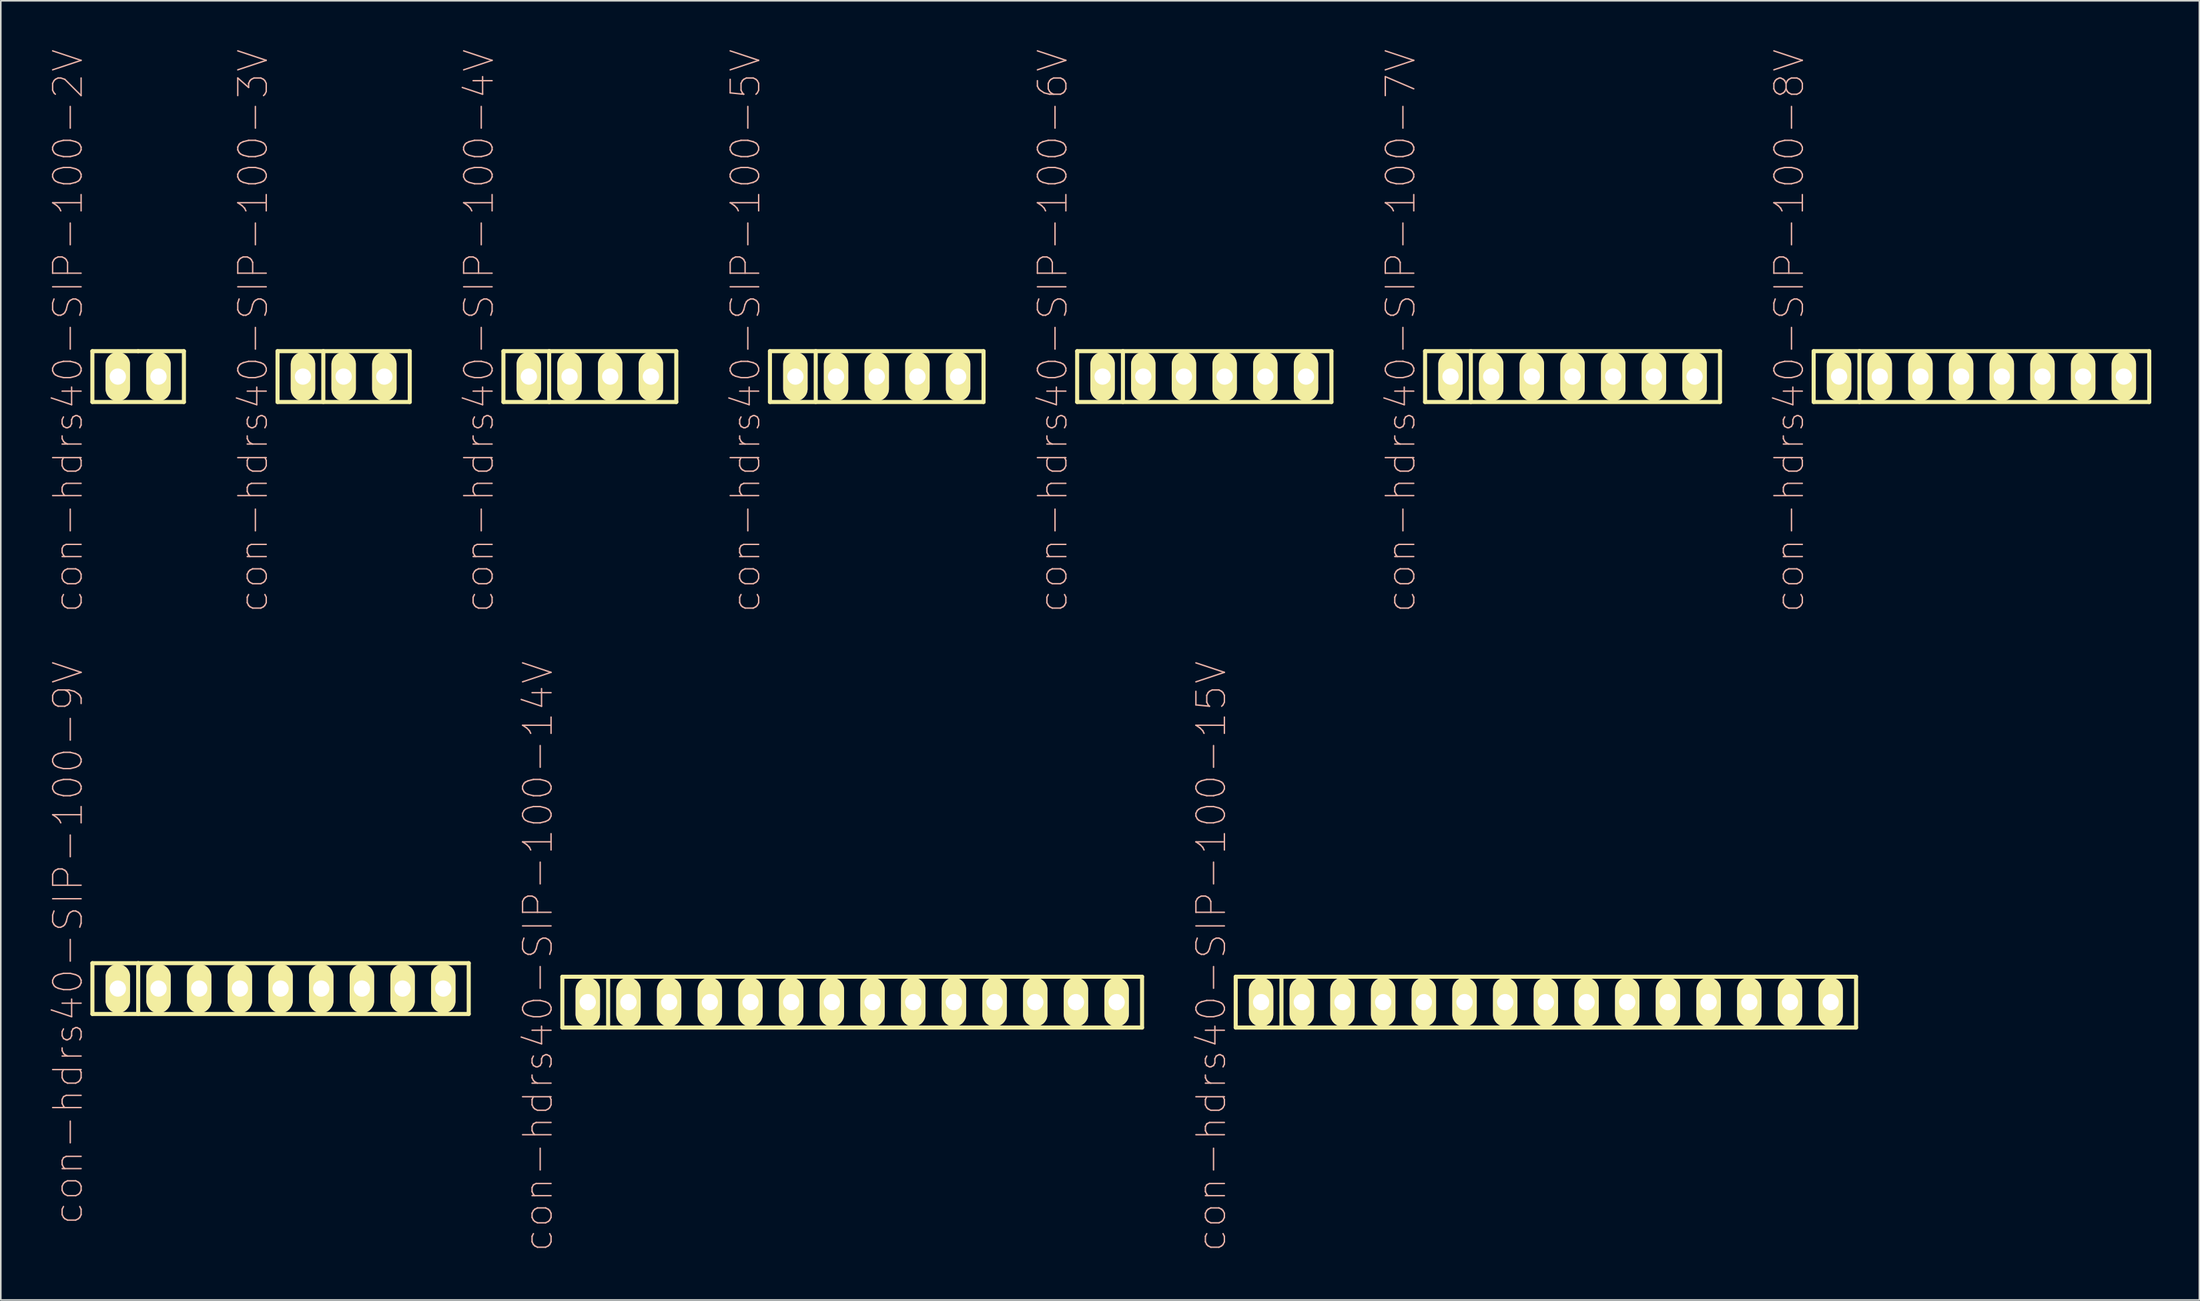
<source format=kicad_pcb>
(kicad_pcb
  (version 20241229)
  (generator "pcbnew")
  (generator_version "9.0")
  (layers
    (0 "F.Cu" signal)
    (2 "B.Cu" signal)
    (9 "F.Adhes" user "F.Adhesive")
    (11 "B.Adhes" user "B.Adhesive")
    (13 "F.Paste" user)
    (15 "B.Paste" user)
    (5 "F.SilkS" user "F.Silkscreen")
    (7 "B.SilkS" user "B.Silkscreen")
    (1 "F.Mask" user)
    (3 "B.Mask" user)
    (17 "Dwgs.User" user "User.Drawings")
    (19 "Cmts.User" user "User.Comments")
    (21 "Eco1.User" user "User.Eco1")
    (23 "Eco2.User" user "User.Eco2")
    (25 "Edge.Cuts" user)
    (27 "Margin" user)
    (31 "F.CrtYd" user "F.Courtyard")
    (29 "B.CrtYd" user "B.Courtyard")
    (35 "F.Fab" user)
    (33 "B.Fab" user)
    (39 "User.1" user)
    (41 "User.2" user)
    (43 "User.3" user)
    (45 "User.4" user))
  (footprint "con-hdrs40-SIP-100-8V"
    (layer "F.Cu")
    (at 120.668 20.466)
    (property "Reference" "con-hdrs40-SIP-100-8V" (at -12.002 -2.857 90) (layer "B.SilkS") (effects (font (size 1.778 1.778) (thickness 0.089))))
    (attr exclude_from_pos_files exclude_from_bom)
    (fp_line (start -10.477 -1.587) (end -10.477 1.587) (stroke (width 0.254) (type solid)) (layer "F.SilkS"))
    (fp_line (start -10.477 1.587) (end 10.477 1.587) (stroke (width 0.254) (type solid)) (layer "F.SilkS"))
    (fp_line (start -7.62 -1.587) (end -10.477 -1.587) (stroke (width 0.254) (type solid)) (layer "F.SilkS"))
    (fp_line (start -7.62 -1.587) (end -7.62 1.587) (stroke (width 0.254) (type solid)) (layer "F.SilkS"))
    (fp_line (start 10.477 -1.587) (end -7.62 -1.587) (stroke (width 0.254) (type solid)) (layer "F.SilkS"))
    (fp_line (start 10.477 1.587) (end 10.477 -1.587) (stroke (width 0.254) (type solid)) (layer "F.SilkS"))
    (pad "1" thru_hole oval (at -8.89 0) (size 1.524 3.048) (drill 1.016) (layers "*.Cu" "F.Mask" "F.SilkS" "F.Paste"))
    (pad "2" thru_hole oval (at -6.35 0) (size 1.524 3.048) (drill 1.016) (layers "*.Cu" "F.Mask" "F.SilkS" "F.Paste"))
    (pad "3" thru_hole oval (at -3.81 0) (size 1.524 3.048) (drill 1.016) (layers "*.Cu" "F.Mask" "F.SilkS" "F.Paste"))
    (pad "4" thru_hole oval (at -1.27 0) (size 1.524 3.048) (drill 1.016) (layers "*.Cu" "F.Mask" "F.SilkS" "F.Paste"))
    (pad "5" thru_hole oval (at 1.27 0) (size 1.524 3.048) (drill 1.016) (layers "*.Cu" "F.Mask" "F.SilkS" "F.Paste"))
    (pad "6" thru_hole oval (at 3.81 0) (size 1.524 3.048) (drill 1.016) (layers "*.Cu" "F.Mask" "F.SilkS" "F.Paste"))
    (pad "7" thru_hole oval (at 6.35 0) (size 1.524 3.048) (drill 1.016) (layers "*.Cu" "F.Mask" "F.SilkS" "F.Paste"))
    (pad "8" thru_hole oval (at 8.89 0) (size 1.524 3.048) (drill 1.016) (layers "*.Cu" "F.Mask" "F.SilkS" "F.Paste")))
  (footprint "con-hdrs40-SIP-100-5V"
    (layer "F.Cu")
    (at 51.692 20.466)
    (property "Reference" "con-hdrs40-SIP-100-5V" (at -8.191 -2.857 90) (layer "B.SilkS") (effects (font (size 1.778 1.778) (thickness 0.089))))
    (attr exclude_from_pos_files exclude_from_bom)
    (fp_line (start -6.668 -1.587) (end -6.668 1.587) (stroke (width 0.254) (type solid)) (layer "F.SilkS"))
    (fp_line (start -6.668 1.587) (end 6.668 1.587) (stroke (width 0.254) (type solid)) (layer "F.SilkS"))
    (fp_line (start -3.81 -1.587) (end -6.668 -1.587) (stroke (width 0.254) (type solid)) (layer "F.SilkS"))
    (fp_line (start -3.81 -1.587) (end -3.81 1.587) (stroke (width 0.254) (type solid)) (layer "F.SilkS"))
    (fp_line (start 6.668 -1.587) (end -3.81 -1.587) (stroke (width 0.254) (type solid)) (layer "F.SilkS"))
    (fp_line (start 6.668 1.587) (end 6.668 -1.587) (stroke (width 0.254) (type solid)) (layer "F.SilkS"))
    (pad "1" thru_hole oval (at -5.08 0) (size 1.524 3.048) (drill 1.016) (layers "*.Cu" "F.Mask" "F.SilkS" "F.Paste"))
    (pad "2" thru_hole oval (at -2.54 0) (size 1.524 3.048) (drill 1.016) (layers "*.Cu" "F.Mask" "F.SilkS" "F.Paste"))
    (pad "3" thru_hole oval (at 0 0) (size 1.524 3.048) (drill 1.016) (layers "*.Cu" "F.Mask" "F.SilkS" "F.Paste"))
    (pad "4" thru_hole oval (at 2.54 0) (size 1.524 3.048) (drill 1.016) (layers "*.Cu" "F.Mask" "F.SilkS" "F.Paste"))
    (pad "5" thru_hole oval (at 5.08 0) (size 1.524 3.048) (drill 1.016) (layers "*.Cu" "F.Mask" "F.SilkS" "F.Paste")))
  (footprint "con-hdrs40-SIP-100-3V"
    (layer "F.Cu")
    (at 18.407 20.466)
    (property "Reference" "con-hdrs40-SIP-100-3V" (at -5.652 -2.857 90) (layer "B.SilkS") (effects (font (size 1.778 1.778) (thickness 0.089))))
    (attr exclude_from_pos_files exclude_from_bom)
    (fp_line (start -4.128 -1.587) (end -4.128 1.587) (stroke (width 0.254) (type solid)) (layer "F.SilkS"))
    (fp_line (start -4.128 1.587) (end 4.128 1.587) (stroke (width 0.254) (type solid)) (layer "F.SilkS"))
    (fp_line (start -1.27 -1.587) (end -4.128 -1.587) (stroke (width 0.254) (type solid)) (layer "F.SilkS"))
    (fp_line (start -1.27 -1.587) (end -1.27 1.587) (stroke (width 0.254) (type solid)) (layer "F.SilkS"))
    (fp_line (start 4.128 -1.587) (end -1.27 -1.587) (stroke (width 0.254) (type solid)) (layer "F.SilkS"))
    (fp_line (start 4.128 1.587) (end 4.128 -1.587) (stroke (width 0.254) (type solid)) (layer "F.SilkS"))
    (pad "1" thru_hole oval (at -2.54 0) (size 1.524 3.048) (drill 1.016) (layers "*.Cu" "F.Mask" "F.SilkS" "F.Paste"))
    (pad "2" thru_hole oval (at 0 0) (size 1.524 3.048) (drill 1.016) (layers "*.Cu" "F.Mask" "F.SilkS" "F.Paste"))
    (pad "3" thru_hole oval (at 2.54 0) (size 1.524 3.048) (drill 1.016) (layers "*.Cu" "F.Mask" "F.SilkS" "F.Paste")))
  (footprint "con-hdrs40-SIP-100-2V"
    (layer "F.Cu")
    (at 5.575 20.466)
    (property "Reference" "con-hdrs40-SIP-100-2V" (at -4.379 -2.857 90) (layer "B.SilkS") (effects (font (size 1.778 1.778) (thickness 0.089))))
    (attr exclude_from_pos_files exclude_from_bom)
    (fp_line (start -2.857 -1.587) (end -2.857 1.587) (stroke (width 0.254) (type solid)) (layer "F.SilkS"))
    (fp_line (start -2.857 1.587) (end 2.857 1.587) (stroke (width 0.254) (type solid)) (layer "F.SilkS"))
    (fp_line (start 0 -1.587) (end -2.857 -1.587) (stroke (width 0.254) (type solid)) (layer "F.SilkS"))
    (fp_line (start 2.857 -1.587) (end 0 -1.587) (stroke (width 0.254) (type solid)) (layer "F.SilkS"))
    (fp_line (start 2.857 1.587) (end 2.857 -1.587) (stroke (width 0.254) (type solid)) (layer "F.SilkS"))
    (pad "1" thru_hole oval (at -1.27 0) (size 1.524 3.048) (drill 1.016) (layers "*.Cu" "F.Mask" "F.SilkS" "F.Paste"))
    (pad "2" thru_hole oval (at 1.27 0) (size 1.524 3.048) (drill 1.016) (layers "*.Cu" "F.Mask" "F.SilkS" "F.Paste")))
  (footprint "con-hdrs40-SIP-100-4V"
    (layer "F.Cu")
    (at 33.779 20.466)
    (property "Reference" "con-hdrs40-SIP-100-4V" (at -6.921 -2.857 90) (layer "B.SilkS") (effects (font (size 1.778 1.778) (thickness 0.089))))
    (attr exclude_from_pos_files exclude_from_bom)
    (fp_line (start -5.397 -1.587) (end -5.397 1.587) (stroke (width 0.254) (type solid)) (layer "F.SilkS"))
    (fp_line (start -5.397 1.587) (end 5.397 1.587) (stroke (width 0.254) (type solid)) (layer "F.SilkS"))
    (fp_line (start -2.54 -1.587) (end -5.397 -1.587) (stroke (width 0.254) (type solid)) (layer "F.SilkS"))
    (fp_line (start -2.54 -1.587) (end -2.54 1.587) (stroke (width 0.254) (type solid)) (layer "F.SilkS"))
    (fp_line (start 5.397 -1.587) (end -2.54 -1.587) (stroke (width 0.254) (type solid)) (layer "F.SilkS"))
    (fp_line (start 5.397 1.587) (end 5.397 -1.587) (stroke (width 0.254) (type solid)) (layer "F.SilkS"))
    (pad "1" thru_hole oval (at -3.81 0) (size 1.524 3.048) (drill 1.016) (layers "*.Cu" "F.Mask" "F.SilkS" "F.Paste"))
    (pad "2" thru_hole oval (at -1.27 0) (size 1.524 3.048) (drill 1.016) (layers "*.Cu" "F.Mask" "F.SilkS" "F.Paste"))
    (pad "3" thru_hole oval (at 1.27 0) (size 1.524 3.048) (drill 1.016) (layers "*.Cu" "F.Mask" "F.SilkS" "F.Paste"))
    (pad "4" thru_hole oval (at 3.81 0) (size 1.524 3.048) (drill 1.016) (layers "*.Cu" "F.Mask" "F.SilkS" "F.Paste")))
  (footprint "con-hdrs40-SIP-100-9V"
    (layer "F.Cu")
    (at 14.468 58.683)
    (property "Reference" "con-hdrs40-SIP-100-9V" (at -13.271 -2.857 90) (layer "B.SilkS") (effects (font (size 1.778 1.778) (thickness 0.089))))
    (attr exclude_from_pos_files exclude_from_bom)
    (fp_line (start -11.748 -1.587) (end -11.748 1.587) (stroke (width 0.254) (type solid)) (layer "F.SilkS"))
    (fp_line (start -11.748 1.587) (end 11.748 1.587) (stroke (width 0.254) (type solid)) (layer "F.SilkS"))
    (fp_line (start -8.89 -1.587) (end -11.748 -1.587) (stroke (width 0.254) (type solid)) (layer "F.SilkS"))
    (fp_line (start -8.89 -1.587) (end -8.89 1.587) (stroke (width 0.254) (type solid)) (layer "F.SilkS"))
    (fp_line (start 11.748 -1.587) (end -8.89 -1.587) (stroke (width 0.254) (type solid)) (layer "F.SilkS"))
    (fp_line (start 11.748 1.587) (end 11.748 -1.587) (stroke (width 0.254) (type solid)) (layer "F.SilkS"))
    (pad "1" thru_hole oval (at -10.16 0) (size 1.524 3.048) (drill 1.016) (layers "*.Cu" "F.Mask" "F.SilkS" "F.Paste"))
    (pad "2" thru_hole oval (at -7.62 0) (size 1.524 3.048) (drill 1.016) (layers "*.Cu" "F.Mask" "F.SilkS" "F.Paste"))
    (pad "3" thru_hole oval (at -5.08 0) (size 1.524 3.048) (drill 1.016) (layers "*.Cu" "F.Mask" "F.SilkS" "F.Paste"))
    (pad "4" thru_hole oval (at -2.54 0) (size 1.524 3.048) (drill 1.016) (layers "*.Cu" "F.Mask" "F.SilkS" "F.Paste"))
    (pad "5" thru_hole oval (at 0 0) (size 1.524 3.048) (drill 1.016) (layers "*.Cu" "F.Mask" "F.SilkS" "F.Paste"))
    (pad "6" thru_hole oval (at 2.54 0) (size 1.524 3.048) (drill 1.016) (layers "*.Cu" "F.Mask" "F.SilkS" "F.Paste"))
    (pad "7" thru_hole oval (at 5.08 0) (size 1.524 3.048) (drill 1.016) (layers "*.Cu" "F.Mask" "F.SilkS" "F.Paste"))
    (pad "8" thru_hole oval (at 7.62 0) (size 1.524 3.048) (drill 1.016) (layers "*.Cu" "F.Mask" "F.SilkS" "F.Paste"))
    (pad "9" thru_hole oval (at 10.16 0) (size 1.524 3.048) (drill 1.016) (layers "*.Cu" "F.Mask" "F.SilkS" "F.Paste")))
  (footprint "con-hdrs40-SIP-100-15V"
    (layer "F.Cu")
    (at 93.472 59.53)
    (property "Reference" "con-hdrs40-SIP-100-15V" (at -20.892 -2.857 90) (layer "B.SilkS") (effects (font (size 1.778 1.778) (thickness 0.089))))
    (attr exclude_from_pos_files exclude_from_bom)
    (fp_line (start -19.367 -1.587) (end -19.367 1.587) (stroke (width 0.254) (type solid)) (layer "F.SilkS"))
    (fp_line (start -19.367 1.587) (end 19.367 1.587) (stroke (width 0.254) (type solid)) (layer "F.SilkS"))
    (fp_line (start -16.51 -1.587) (end -19.367 -1.587) (stroke (width 0.254) (type solid)) (layer "F.SilkS"))
    (fp_line (start -16.51 -1.587) (end -16.51 1.587) (stroke (width 0.254) (type solid)) (layer "F.SilkS"))
    (fp_line (start 19.367 -1.587) (end -16.51 -1.587) (stroke (width 0.254) (type solid)) (layer "F.SilkS"))
    (fp_line (start 19.367 1.587) (end 19.367 -1.587) (stroke (width 0.254) (type solid)) (layer "F.SilkS"))
    (pad "1" thru_hole oval (at -17.78 0) (size 1.524 3.048) (drill 1.016) (layers "*.Cu" "F.Mask" "F.SilkS" "F.Paste"))
    (pad "2" thru_hole oval (at -15.24 0) (size 1.524 3.048) (drill 1.016) (layers "*.Cu" "F.Mask" "F.SilkS" "F.Paste"))
    (pad "3" thru_hole oval (at -12.7 0) (size 1.524 3.048) (drill 1.016) (layers "*.Cu" "F.Mask" "F.SilkS" "F.Paste"))
    (pad "4" thru_hole oval (at -10.16 0) (size 1.524 3.048) (drill 1.016) (layers "*.Cu" "F.Mask" "F.SilkS" "F.Paste"))
    (pad "5" thru_hole oval (at -7.62 0) (size 1.524 3.048) (drill 1.016) (layers "*.Cu" "F.Mask" "F.SilkS" "F.Paste"))
    (pad "6" thru_hole oval (at -5.08 0) (size 1.524 3.048) (drill 1.016) (layers "*.Cu" "F.Mask" "F.SilkS" "F.Paste"))
    (pad "7" thru_hole oval (at -2.54 0) (size 1.524 3.048) (drill 1.016) (layers "*.Cu" "F.Mask" "F.SilkS" "F.Paste"))
    (pad "8" thru_hole oval (at 0 0) (size 1.524 3.048) (drill 1.016) (layers "*.Cu" "F.Mask" "F.SilkS" "F.Paste"))
    (pad "9" thru_hole oval (at 2.54 0) (size 1.524 3.048) (drill 1.016) (layers "*.Cu" "F.Mask" "F.SilkS" "F.Paste"))
    (pad "10" thru_hole oval (at 5.08 0) (size 1.524 3.048) (drill 1.016) (layers "*.Cu" "F.Mask" "F.SilkS" "F.Paste"))
    (pad "11" thru_hole oval (at 7.62 0) (size 1.524 3.048) (drill 1.016) (layers "*.Cu" "F.Mask" "F.SilkS" "F.Paste"))
    (pad "12" thru_hole oval (at 10.16 0) (size 1.524 3.048) (drill 1.016) (layers "*.Cu" "F.Mask" "F.SilkS" "F.Paste"))
    (pad "13" thru_hole oval (at 12.7 0) (size 1.524 3.048) (drill 1.016) (layers "*.Cu" "F.Mask" "F.SilkS" "F.Paste"))
    (pad "14" thru_hole oval (at 15.24 0) (size 1.524 3.048) (drill 1.016) (layers "*.Cu" "F.Mask" "F.SilkS" "F.Paste"))
    (pad "15" thru_hole oval (at 17.78 0) (size 1.524 3.048) (drill 1.016) (layers "*.Cu" "F.Mask" "F.SilkS" "F.Paste")))
  (footprint "con-hdrs40-SIP-100-7V"
    (layer "F.Cu")
    (at 95.136 20.466)
    (property "Reference" "con-hdrs40-SIP-100-7V" (at -10.732 -2.857 90) (layer "B.SilkS") (effects (font (size 1.778 1.778) (thickness 0.089))))
    (attr exclude_from_pos_files exclude_from_bom)
    (fp_line (start -9.207 -1.587) (end -9.207 1.587) (stroke (width 0.254) (type solid)) (layer "F.SilkS"))
    (fp_line (start -9.207 1.587) (end 9.207 1.587) (stroke (width 0.254) (type solid)) (layer "F.SilkS"))
    (fp_line (start -6.35 -1.587) (end -9.207 -1.587) (stroke (width 0.254) (type solid)) (layer "F.SilkS"))
    (fp_line (start -6.35 -1.587) (end -6.35 1.587) (stroke (width 0.254) (type solid)) (layer "F.SilkS"))
    (fp_line (start 9.207 -1.587) (end -6.35 -1.587) (stroke (width 0.254) (type solid)) (layer "F.SilkS"))
    (fp_line (start 9.207 1.587) (end 9.207 -1.587) (stroke (width 0.254) (type solid)) (layer "F.SilkS"))
    (pad "1" thru_hole oval (at -7.62 0) (size 1.524 3.048) (drill 1.016) (layers "*.Cu" "F.Mask" "F.SilkS" "F.Paste"))
    (pad "2" thru_hole oval (at -5.08 0) (size 1.524 3.048) (drill 1.016) (layers "*.Cu" "F.Mask" "F.SilkS" "F.Paste"))
    (pad "3" thru_hole oval (at -2.54 0) (size 1.524 3.048) (drill 1.016) (layers "*.Cu" "F.Mask" "F.SilkS" "F.Paste"))
    (pad "4" thru_hole oval (at 0 0) (size 1.524 3.048) (drill 1.016) (layers "*.Cu" "F.Mask" "F.SilkS" "F.Paste"))
    (pad "5" thru_hole oval (at 2.54 0) (size 1.524 3.048) (drill 1.016) (layers "*.Cu" "F.Mask" "F.SilkS" "F.Paste"))
    (pad "6" thru_hole oval (at 5.08 0) (size 1.524 3.048) (drill 1.016) (layers "*.Cu" "F.Mask" "F.SilkS" "F.Paste"))
    (pad "7" thru_hole oval (at 7.62 0) (size 1.524 3.048) (drill 1.016) (layers "*.Cu" "F.Mask" "F.SilkS" "F.Paste")))
  (footprint "con-hdrs40-SIP-100-6V"
    (layer "F.Cu")
    (at 72.144 20.466)
    (property "Reference" "con-hdrs40-SIP-100-6V" (at -9.461 -2.857 90) (layer "B.SilkS") (effects (font (size 1.778 1.778) (thickness 0.089))))
    (attr exclude_from_pos_files exclude_from_bom)
    (fp_line (start -7.938 -1.587) (end -7.938 1.587) (stroke (width 0.254) (type solid)) (layer "F.SilkS"))
    (fp_line (start -7.938 1.587) (end 7.938 1.587) (stroke (width 0.254) (type solid)) (layer "F.SilkS"))
    (fp_line (start -5.08 -1.587) (end -7.938 -1.587) (stroke (width 0.254) (type solid)) (layer "F.SilkS"))
    (fp_line (start -5.08 -1.587) (end -5.08 1.587) (stroke (width 0.254) (type solid)) (layer "F.SilkS"))
    (fp_line (start 7.938 -1.587) (end -5.08 -1.587) (stroke (width 0.254) (type solid)) (layer "F.SilkS"))
    (fp_line (start 7.938 1.587) (end 7.938 -1.587) (stroke (width 0.254) (type solid)) (layer "F.SilkS"))
    (pad "1" thru_hole oval (at -6.35 0) (size 1.524 3.048) (drill 1.016) (layers "*.Cu" "F.Mask" "F.SilkS" "F.Paste"))
    (pad "2" thru_hole oval (at -3.81 0) (size 1.524 3.048) (drill 1.016) (layers "*.Cu" "F.Mask" "F.SilkS" "F.Paste"))
    (pad "3" thru_hole oval (at -1.27 0) (size 1.524 3.048) (drill 1.016) (layers "*.Cu" "F.Mask" "F.SilkS" "F.Paste"))
    (pad "4" thru_hole oval (at 1.27 0) (size 1.524 3.048) (drill 1.016) (layers "*.Cu" "F.Mask" "F.SilkS" "F.Paste"))
    (pad "5" thru_hole oval (at 3.81 0) (size 1.524 3.048) (drill 1.016) (layers "*.Cu" "F.Mask" "F.SilkS" "F.Paste"))
    (pad "6" thru_hole oval (at 6.35 0) (size 1.524 3.048) (drill 1.016) (layers "*.Cu" "F.Mask" "F.SilkS" "F.Paste")))
  (footprint "con-hdrs40-SIP-100-14V"
    (layer "F.Cu")
    (at 50.16 59.53)
    (property "Reference" "con-hdrs40-SIP-100-14V" (at -19.622 -2.857 90) (layer "B.SilkS") (effects (font (size 1.778 1.778) (thickness 0.089))))
    (attr exclude_from_pos_files exclude_from_bom)
    (fp_line (start -18.098 -1.587) (end -18.098 1.587) (stroke (width 0.254) (type solid)) (layer "F.SilkS"))
    (fp_line (start -18.098 1.587) (end 18.098 1.587) (stroke (width 0.254) (type solid)) (layer "F.SilkS"))
    (fp_line (start -15.24 -1.587) (end -18.098 -1.587) (stroke (width 0.254) (type solid)) (layer "F.SilkS"))
    (fp_line (start -15.24 -1.587) (end -15.24 1.587) (stroke (width 0.254) (type solid)) (layer "F.SilkS"))
    (fp_line (start 18.098 -1.587) (end -15.24 -1.587) (stroke (width 0.254) (type solid)) (layer "F.SilkS"))
    (fp_line (start 18.098 1.587) (end 18.098 -1.587) (stroke (width 0.254) (type solid)) (layer "F.SilkS"))
    (pad "1" thru_hole oval (at -16.51 0) (size 1.524 3.048) (drill 1.016) (layers "*.Cu" "F.Mask" "F.SilkS" "F.Paste"))
    (pad "2" thru_hole oval (at -13.97 0) (size 1.524 3.048) (drill 1.016) (layers "*.Cu" "F.Mask" "F.SilkS" "F.Paste"))
    (pad "3" thru_hole oval (at -11.43 0) (size 1.524 3.048) (drill 1.016) (layers "*.Cu" "F.Mask" "F.SilkS" "F.Paste"))
    (pad "4" thru_hole oval (at -8.89 0) (size 1.524 3.048) (drill 1.016) (layers "*.Cu" "F.Mask" "F.SilkS" "F.Paste"))
    (pad "5" thru_hole oval (at -6.35 0) (size 1.524 3.048) (drill 1.016) (layers "*.Cu" "F.Mask" "F.SilkS" "F.Paste"))
    (pad "6" thru_hole oval (at -3.81 0) (size 1.524 3.048) (drill 1.016) (layers "*.Cu" "F.Mask" "F.SilkS" "F.Paste"))
    (pad "7" thru_hole oval (at -1.27 0) (size 1.524 3.048) (drill 1.016) (layers "*.Cu" "F.Mask" "F.SilkS" "F.Paste"))
    (pad "8" thru_hole oval (at 1.27 0) (size 1.524 3.048) (drill 1.016) (layers "*.Cu" "F.Mask" "F.SilkS" "F.Paste"))
    (pad "9" thru_hole oval (at 3.81 0) (size 1.524 3.048) (drill 1.016) (layers "*.Cu" "F.Mask" "F.SilkS" "F.Paste"))
    (pad "10" thru_hole oval (at 6.35 0) (size 1.524 3.048) (drill 1.016) (layers "*.Cu" "F.Mask" "F.SilkS" "F.Paste"))
    (pad "11" thru_hole oval (at 8.89 0) (size 1.524 3.048) (drill 1.016) (layers "*.Cu" "F.Mask" "F.SilkS" "F.Paste"))
    (pad "12" thru_hole oval (at 11.43 0) (size 1.524 3.048) (drill 1.016) (layers "*.Cu" "F.Mask" "F.SilkS" "F.Paste"))
    (pad "13" thru_hole oval (at 13.97 0) (size 1.524 3.048) (drill 1.016) (layers "*.Cu" "F.Mask" "F.SilkS" "F.Paste"))
    (pad "14" thru_hole oval (at 16.51 0) (size 1.524 3.048) (drill 1.016) (layers "*.Cu" "F.Mask" "F.SilkS" "F.Paste")))
  (gr_rect
    (start -3 -3)
    (end 134.273 78.128)
    (stroke (width 0.1) (type default))
    (fill no)
    (layer "Edge.Cuts")))
</source>
